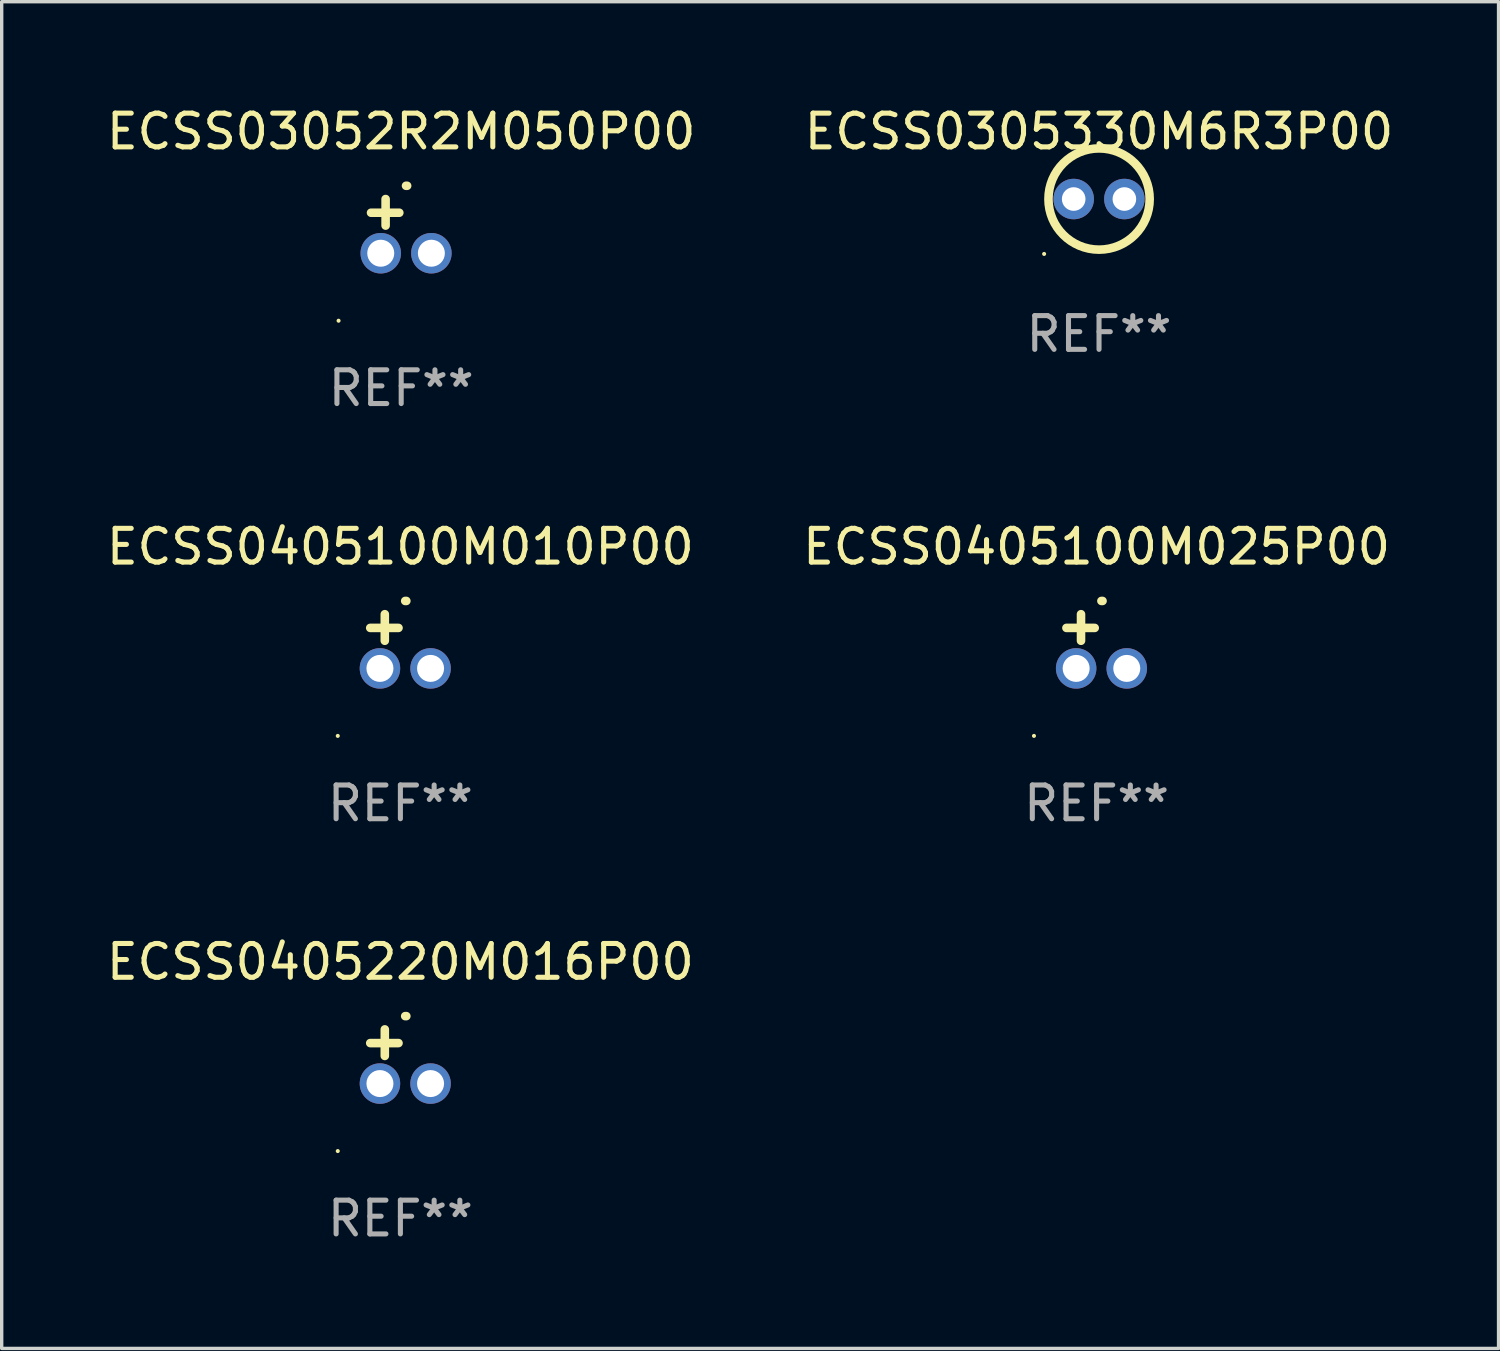
<source format=kicad_pcb>
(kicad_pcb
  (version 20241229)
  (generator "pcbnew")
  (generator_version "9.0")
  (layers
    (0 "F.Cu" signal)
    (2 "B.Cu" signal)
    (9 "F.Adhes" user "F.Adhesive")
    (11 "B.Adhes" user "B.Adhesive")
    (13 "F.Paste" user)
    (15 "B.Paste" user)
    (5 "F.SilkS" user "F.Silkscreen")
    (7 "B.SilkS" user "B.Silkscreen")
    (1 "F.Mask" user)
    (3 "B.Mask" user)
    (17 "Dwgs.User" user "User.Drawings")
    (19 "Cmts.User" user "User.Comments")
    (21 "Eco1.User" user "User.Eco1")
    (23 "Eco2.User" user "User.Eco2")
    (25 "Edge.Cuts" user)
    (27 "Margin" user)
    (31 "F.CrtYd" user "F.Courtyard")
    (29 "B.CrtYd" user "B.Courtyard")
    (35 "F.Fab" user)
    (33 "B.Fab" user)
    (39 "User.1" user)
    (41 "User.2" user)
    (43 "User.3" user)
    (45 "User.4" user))
  (footprint "ECSS0405220M016P00"
    (layer "F.Cu")
    (at 8.815 28.257)
    (property "Reference" "ECSS0405220M016P00" (at 0 -2.803 0) (layer "F.SilkS") (effects (font (size 1 1) (thickness 0.15))))
    (attr through_hole)
    (fp_line (start -0.462 -0.016) (end -0.462 -0.803) (stroke (width 0.254) (type solid)) (layer "F.SilkS"))
    (fp_line (start -0.056 -0.397) (end -0.894 -0.397) (stroke (width 0.254) (type solid)) (layer "F.SilkS"))
    (fp_arc (start 0.142799 -1.195784) (mid 0.159309 -1.195852) (end 0.175819 -1.195784) (stroke (width 0.254001) (type solid)) (layer "F.SilkS"))
    (fp_circle (center -1.856 2.803) (end -1.826 2.803) (stroke (width 0.06) (type solid)) (fill no) (layer "F.SilkS"))
    (fp_text user "REF**" (at 0 4.803 0) (layer "F.Fab") (effects (font (size 1 1) (thickness 0.15))))
    (pad "1" thru_hole circle (at -0.606 0.803) (size 1.2 1.2) (drill 0.8) (layers "*.Cu" "*.Mask"))
    (pad "2" thru_hole circle (at 0.894 0.803) (size 1.2 1.2) (drill 0.8) (layers "*.Cu" "*.Mask")))
  (footprint "ECSS03052R2M050P00"
    (layer "F.Cu")
    (at 8.839 3.651)
    (property "Reference" "ECSS03052R2M050P00" (at 0 -2.803 0) (layer "F.SilkS") (effects (font (size 1 1) (thickness 0.15))))
    (attr through_hole)
    (fp_line (start -0.462 -0.016) (end -0.462 -0.803) (stroke (width 0.254) (type solid)) (layer "F.SilkS"))
    (fp_line (start -0.056 -0.397) (end -0.894 -0.397) (stroke (width 0.254) (type solid)) (layer "F.SilkS"))
    (fp_arc (start 0.142799 -1.195784) (mid 0.159309 -1.195852) (end 0.175819 -1.195784) (stroke (width 0.254001) (type solid)) (layer "F.SilkS"))
    (fp_circle (center -1.856 2.803) (end -1.826 2.803) (stroke (width 0.06) (type solid)) (fill no) (layer "F.SilkS"))
    (fp_text user "REF**" (at 0 4.803 0) (layer "F.Fab") (effects (font (size 1 1) (thickness 0.15))))
    (pad "1" thru_hole circle (at -0.606 0.803) (size 1.2 1.2) (drill 0.8) (layers "*.Cu" "*.Mask"))
    (pad "2" thru_hole circle (at 0.894 0.803) (size 1.2 1.2) (drill 0.8) (layers "*.Cu" "*.Mask")))
  (footprint "ECSS0305330M6R3P00"
    (layer "F.Cu")
    (at 29.518 2.848)
    (property "Reference" "ECSS0305330M6R3P00" (at 0 -2 0) (layer "F.SilkS") (effects (font (size 1 1) (thickness 0.15))))
    (attr through_hole)
    (fp_circle (center -1.627 1.627) (end -1.597 1.627) (stroke (width 0.06) (type solid)) (fill no) (layer "F.SilkS"))
    (fp_circle (center 0.001 0) (end 1.501 0) (stroke (width 0.254) (type solid)) (fill no) (layer "F.SilkS"))
    (fp_text user "REF**" (at 0 4 0) (layer "F.Fab") (effects (font (size 1 1) (thickness 0.15))))
    (pad "1" thru_hole circle (at -0.751 0) (size 1.2 1.2) (drill 0.7) (layers "*.Cu" "*.Mask"))
    (pad "2" thru_hole circle (at 0.751 0) (size 1.2 1.2) (drill 0.7) (layers "*.Cu" "*.Mask")))
  (footprint "ECSS0405100M025P00"
    (layer "F.Cu")
    (at 29.446 15.954)
    (property "Reference" "ECSS0405100M025P00" (at 0 -2.803 0) (layer "F.SilkS") (effects (font (size 1 1) (thickness 0.15))))
    (attr through_hole)
    (fp_line (start -0.462 -0.016) (end -0.462 -0.803) (stroke (width 0.254) (type solid)) (layer "F.SilkS"))
    (fp_line (start -0.056 -0.397) (end -0.894 -0.397) (stroke (width 0.254) (type solid)) (layer "F.SilkS"))
    (fp_arc (start 0.142799 -1.195784) (mid 0.159309 -1.195852) (end 0.175819 -1.195784) (stroke (width 0.254001) (type solid)) (layer "F.SilkS"))
    (fp_circle (center -1.856 2.803) (end -1.826 2.803) (stroke (width 0.06) (type solid)) (fill no) (layer "F.SilkS"))
    (fp_text user "REF**" (at 0 4.803 0) (layer "F.Fab") (effects (font (size 1 1) (thickness 0.15))))
    (pad "1" thru_hole circle (at -0.606 0.803) (size 1.2 1.2) (drill 0.8) (layers "*.Cu" "*.Mask"))
    (pad "2" thru_hole circle (at 0.894 0.803) (size 1.2 1.2) (drill 0.8) (layers "*.Cu" "*.Mask")))
  (footprint "ECSS0405100M010P00"
    (layer "F.Cu")
    (at 8.815 15.954)
    (property "Reference" "ECSS0405100M010P00" (at 0 -2.803 0) (layer "F.SilkS") (effects (font (size 1 1) (thickness 0.15))))
    (attr through_hole)
    (fp_line (start -0.462 -0.016) (end -0.462 -0.803) (stroke (width 0.254) (type solid)) (layer "F.SilkS"))
    (fp_line (start -0.056 -0.397) (end -0.894 -0.397) (stroke (width 0.254) (type solid)) (layer "F.SilkS"))
    (fp_arc (start 0.142799 -1.195784) (mid 0.159309 -1.195852) (end 0.175819 -1.195784) (stroke (width 0.254001) (type solid)) (layer "F.SilkS"))
    (fp_circle (center -1.856 2.803) (end -1.826 2.803) (stroke (width 0.06) (type solid)) (fill no) (layer "F.SilkS"))
    (fp_text user "REF**" (at 0 4.803 0) (layer "F.Fab") (effects (font (size 1 1) (thickness 0.15))))
    (pad "1" thru_hole circle (at -0.606 0.803) (size 1.2 1.2) (drill 0.8) (layers "*.Cu" "*.Mask"))
    (pad "2" thru_hole circle (at 0.894 0.803) (size 1.2 1.2) (drill 0.8) (layers "*.Cu" "*.Mask")))
  (gr_rect
    (start -3 -3)
    (end 41.357 36.909)
    (stroke (width 0.1) (type default))
    (fill no)
    (layer "Edge.Cuts")))
</source>
